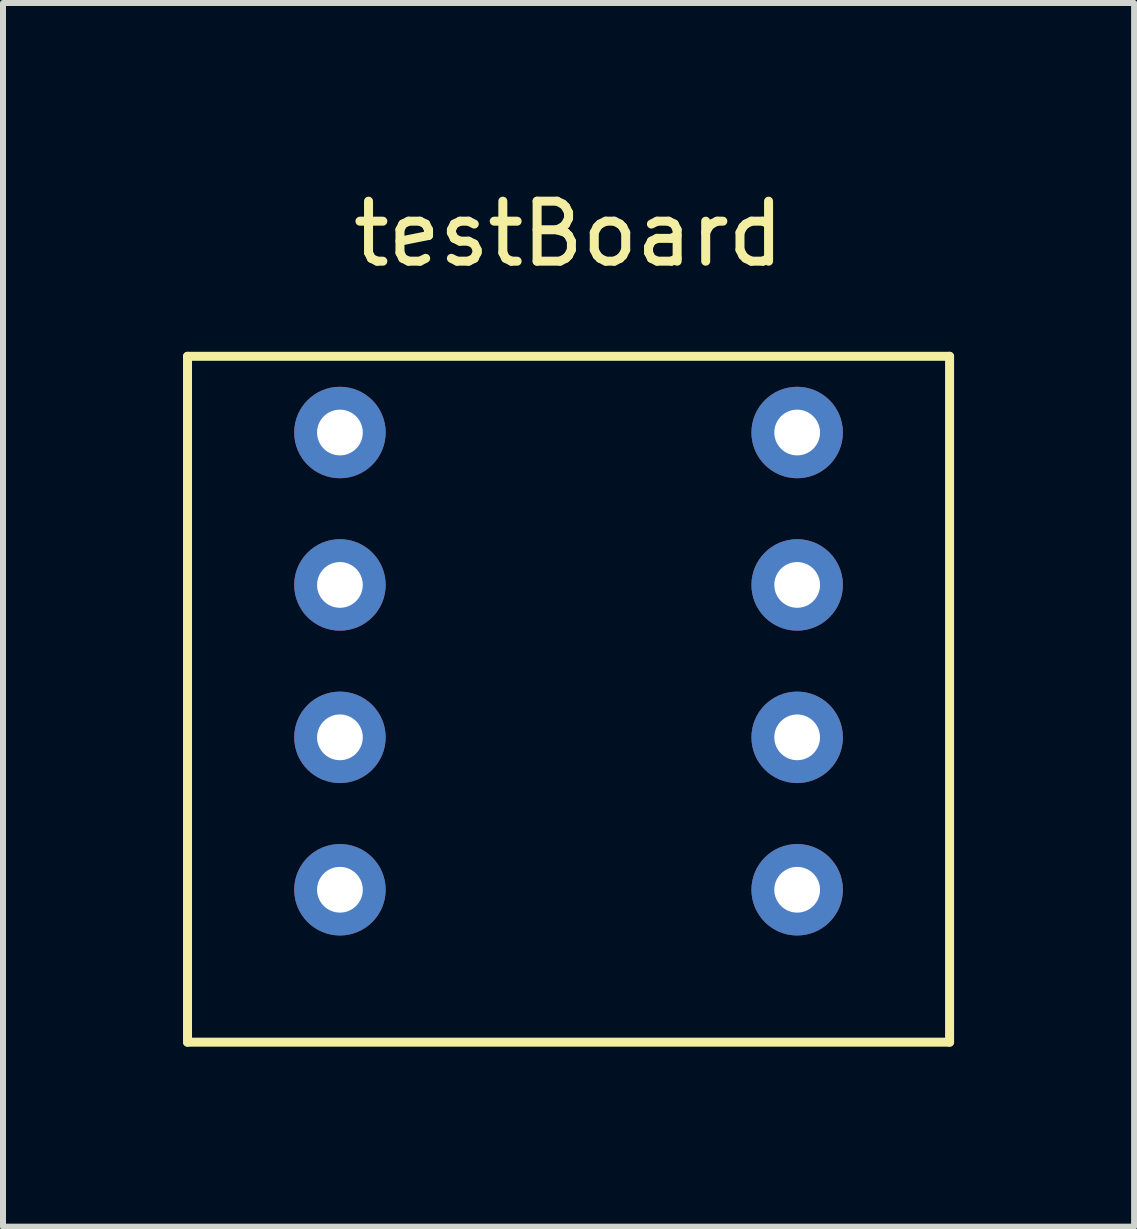
<source format=kicad_pcb>
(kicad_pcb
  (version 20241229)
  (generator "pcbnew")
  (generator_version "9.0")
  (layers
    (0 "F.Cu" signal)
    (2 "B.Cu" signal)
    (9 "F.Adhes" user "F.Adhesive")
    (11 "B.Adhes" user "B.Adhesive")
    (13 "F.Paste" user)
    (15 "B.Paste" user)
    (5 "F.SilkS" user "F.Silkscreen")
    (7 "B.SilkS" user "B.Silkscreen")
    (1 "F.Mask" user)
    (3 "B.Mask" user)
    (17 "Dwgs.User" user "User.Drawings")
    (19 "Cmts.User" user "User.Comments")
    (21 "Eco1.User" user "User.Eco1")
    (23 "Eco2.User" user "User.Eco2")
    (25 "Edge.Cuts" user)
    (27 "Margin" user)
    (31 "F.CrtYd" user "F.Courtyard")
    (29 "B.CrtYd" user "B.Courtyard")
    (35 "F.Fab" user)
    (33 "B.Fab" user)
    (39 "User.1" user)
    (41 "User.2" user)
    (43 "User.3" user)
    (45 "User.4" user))
  (footprint "testBoard"
    (layer "F.Cu")
    (at 6.425 0.348)
    (property "Reference" "testBoard" (at 0 0.5 0) (layer "F.SilkS") (effects (font (size 1 1) (thickness 0.15))))
    (attr through_hole)
    (fp_line (start -6.35 2.54) (end 6.35 2.54) (stroke (width 0.15) (type solid)) (layer "F.SilkS"))
    (fp_line (start -6.35 13.97) (end -6.35 2.54) (stroke (width 0.15) (type solid)) (layer "F.SilkS"))
    (fp_line (start 6.35 2.54) (end 6.35 13.97) (stroke (width 0.15) (type solid)) (layer "F.SilkS"))
    (fp_line (start 6.35 13.97) (end -6.35 13.97) (stroke (width 0.15) (type solid)) (layer "F.SilkS"))
    (pad "1" thru_hole circle (at -3.81 3.81 270) (size 1.524 1.524) (drill 0.762) (layers "*.Cu" "*.Mask"))
    (pad "2" thru_hole circle (at -3.81 6.35) (size 1.524 1.524) (drill 0.762) (layers "*.Cu" "*.Mask"))
    (pad "3" thru_hole circle (at -3.81 8.89) (size 1.524 1.524) (drill 0.762) (layers "*.Cu" "*.Mask"))
    (pad "4" thru_hole circle (at -3.81 11.43) (size 1.524 1.524) (drill 0.762) (layers "*.Cu" "*.Mask"))
    (pad "5" thru_hole circle (at 3.81 3.81) (size 1.524 1.524) (drill 0.762) (layers "*.Cu" "*.Mask"))
    (pad "6" thru_hole circle (at 3.81 6.35) (size 1.524 1.524) (drill 0.762) (layers "*.Cu" "*.Mask"))
    (pad "7" thru_hole circle (at 3.81 8.89) (size 1.524 1.524) (drill 0.762) (layers "*.Cu" "*.Mask"))
    (pad "8" thru_hole circle (at 3.81 11.43) (size 1.524 1.524) (drill 0.762) (layers "*.Cu" "*.Mask")))
  (gr_rect
    (start -3 -3)
    (end 15.85 17.393)
    (stroke (width 0.1) (type default))
    (fill no)
    (layer "Edge.Cuts")))
</source>
